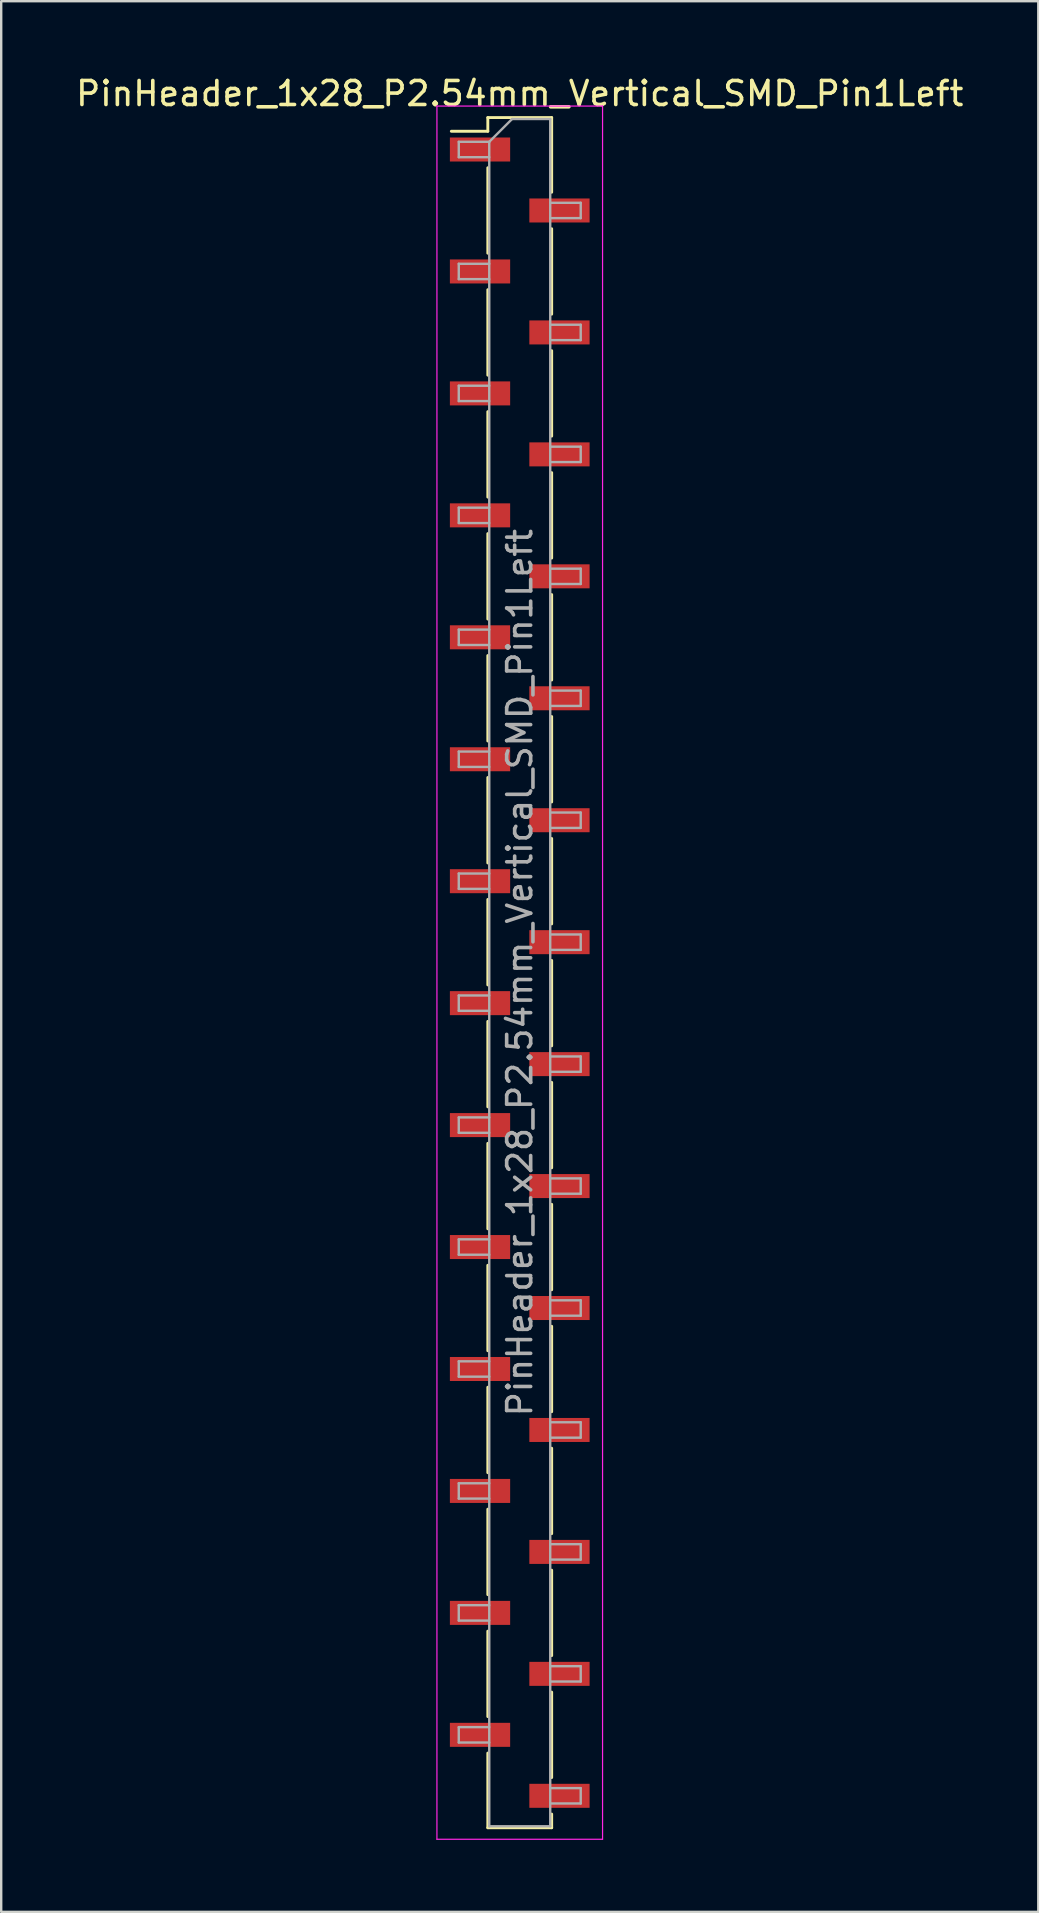
<source format=kicad_pcb>
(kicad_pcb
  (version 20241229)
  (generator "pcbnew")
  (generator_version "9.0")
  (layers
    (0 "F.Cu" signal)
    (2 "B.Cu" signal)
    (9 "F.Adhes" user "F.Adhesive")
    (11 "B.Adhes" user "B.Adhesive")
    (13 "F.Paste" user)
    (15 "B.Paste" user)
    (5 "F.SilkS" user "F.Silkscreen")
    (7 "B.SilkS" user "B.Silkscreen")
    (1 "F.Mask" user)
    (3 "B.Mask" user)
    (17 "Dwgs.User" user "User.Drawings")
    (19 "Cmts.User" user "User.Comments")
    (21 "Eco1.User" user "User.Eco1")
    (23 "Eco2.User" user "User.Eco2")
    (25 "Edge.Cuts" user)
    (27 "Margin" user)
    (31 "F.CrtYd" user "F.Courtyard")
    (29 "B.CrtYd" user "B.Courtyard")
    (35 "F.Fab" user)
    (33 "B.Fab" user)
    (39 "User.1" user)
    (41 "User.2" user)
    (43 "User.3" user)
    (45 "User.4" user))
  (footprint "PinHeader_1x28_P2.54mm_Vertical_SMD_Pin1Left"
    (layer "F.Cu")
    (at 18.601 37.468)
    (property "Reference" "PinHeader_1x28_P2.54mm_Vertical_SMD_Pin1Left" (at 0 -36.62 0) (layer "F.SilkS") (effects (font (size 1 1) (thickness 0.15))))
    (attr smd)
    (fp_line (start -1.33 -35.62) (end -1.33 -35.05) (stroke (width 0.12) (type solid)) (layer "F.SilkS"))
    (fp_line (start -1.33 -35.62) (end 1.33 -35.62) (stroke (width 0.12) (type solid)) (layer "F.SilkS"))
    (fp_line (start -1.33 -35.05) (end -2.85 -35.05) (stroke (width 0.12) (type solid)) (layer "F.SilkS"))
    (fp_line (start -1.33 -33.53) (end -1.33 -29.97) (stroke (width 0.12) (type solid)) (layer "F.SilkS"))
    (fp_line (start -1.33 -28.45) (end -1.33 -24.89) (stroke (width 0.12) (type solid)) (layer "F.SilkS"))
    (fp_line (start -1.33 -23.37) (end -1.33 -19.81) (stroke (width 0.12) (type solid)) (layer "F.SilkS"))
    (fp_line (start -1.33 -18.29) (end -1.33 -14.73) (stroke (width 0.12) (type solid)) (layer "F.SilkS"))
    (fp_line (start -1.33 -13.21) (end -1.33 -9.65) (stroke (width 0.12) (type solid)) (layer "F.SilkS"))
    (fp_line (start -1.33 -8.13) (end -1.33 -4.57) (stroke (width 0.12) (type solid)) (layer "F.SilkS"))
    (fp_line (start -1.33 -3.05) (end -1.33 0.51) (stroke (width 0.12) (type solid)) (layer "F.SilkS"))
    (fp_line (start -1.33 2.03) (end -1.33 5.59) (stroke (width 0.12) (type solid)) (layer "F.SilkS"))
    (fp_line (start -1.33 7.11) (end -1.33 10.67) (stroke (width 0.12) (type solid)) (layer "F.SilkS"))
    (fp_line (start -1.33 12.19) (end -1.33 15.75) (stroke (width 0.12) (type solid)) (layer "F.SilkS"))
    (fp_line (start -1.33 17.27) (end -1.33 20.83) (stroke (width 0.12) (type solid)) (layer "F.SilkS"))
    (fp_line (start -1.33 22.35) (end -1.33 25.91) (stroke (width 0.12) (type solid)) (layer "F.SilkS"))
    (fp_line (start -1.33 27.43) (end -1.33 30.99) (stroke (width 0.12) (type solid)) (layer "F.SilkS"))
    (fp_line (start -1.33 32.51) (end -1.33 35.62) (stroke (width 0.12) (type solid)) (layer "F.SilkS"))
    (fp_line (start -1.33 35.62) (end 1.33 35.62) (stroke (width 0.12) (type solid)) (layer "F.SilkS"))
    (fp_line (start 1.33 -35.62) (end 1.33 -32.51) (stroke (width 0.12) (type solid)) (layer "F.SilkS"))
    (fp_line (start 1.33 -30.99) (end 1.33 -27.43) (stroke (width 0.12) (type solid)) (layer "F.SilkS"))
    (fp_line (start 1.33 -25.91) (end 1.33 -22.35) (stroke (width 0.12) (type solid)) (layer "F.SilkS"))
    (fp_line (start 1.33 -20.83) (end 1.33 -17.27) (stroke (width 0.12) (type solid)) (layer "F.SilkS"))
    (fp_line (start 1.33 -15.75) (end 1.33 -12.19) (stroke (width 0.12) (type solid)) (layer "F.SilkS"))
    (fp_line (start 1.33 -10.67) (end 1.33 -7.11) (stroke (width 0.12) (type solid)) (layer "F.SilkS"))
    (fp_line (start 1.33 -5.59) (end 1.33 -2.03) (stroke (width 0.12) (type solid)) (layer "F.SilkS"))
    (fp_line (start 1.33 -0.51) (end 1.33 3.05) (stroke (width 0.12) (type solid)) (layer "F.SilkS"))
    (fp_line (start 1.33 4.57) (end 1.33 8.13) (stroke (width 0.12) (type solid)) (layer "F.SilkS"))
    (fp_line (start 1.33 9.65) (end 1.33 13.21) (stroke (width 0.12) (type solid)) (layer "F.SilkS"))
    (fp_line (start 1.33 14.73) (end 1.33 18.29) (stroke (width 0.12) (type solid)) (layer "F.SilkS"))
    (fp_line (start 1.33 19.81) (end 1.33 23.37) (stroke (width 0.12) (type solid)) (layer "F.SilkS"))
    (fp_line (start 1.33 24.89) (end 1.33 28.45) (stroke (width 0.12) (type solid)) (layer "F.SilkS"))
    (fp_line (start 1.33 29.97) (end 1.33 33.53) (stroke (width 0.12) (type solid)) (layer "F.SilkS"))
    (fp_line (start 1.33 35.05) (end 1.33 35.62) (stroke (width 0.12) (type solid)) (layer "F.SilkS"))
    (fp_line (start -3.45 -36.1) (end -3.45 36.1) (stroke (width 0.05) (type solid)) (layer "F.CrtYd"))
    (fp_line (start -3.45 36.1) (end 3.45 36.1) (stroke (width 0.05) (type solid)) (layer "F.CrtYd"))
    (fp_line (start 3.45 -36.1) (end -3.45 -36.1) (stroke (width 0.05) (type solid)) (layer "F.CrtYd"))
    (fp_line (start 3.45 36.1) (end 3.45 -36.1) (stroke (width 0.05) (type solid)) (layer "F.CrtYd"))
    (fp_line (start -2.54 -34.61) (end -2.54 -33.97) (stroke (width 0.1) (type solid)) (layer "F.Fab"))
    (fp_line (start -2.54 -33.97) (end -1.27 -33.97) (stroke (width 0.1) (type solid)) (layer "F.Fab"))
    (fp_line (start -2.54 -29.53) (end -2.54 -28.89) (stroke (width 0.1) (type solid)) (layer "F.Fab"))
    (fp_line (start -2.54 -28.89) (end -1.27 -28.89) (stroke (width 0.1) (type solid)) (layer "F.Fab"))
    (fp_line (start -2.54 -24.45) (end -2.54 -23.81) (stroke (width 0.1) (type solid)) (layer "F.Fab"))
    (fp_line (start -2.54 -23.81) (end -1.27 -23.81) (stroke (width 0.1) (type solid)) (layer "F.Fab"))
    (fp_line (start -2.54 -19.37) (end -2.54 -18.73) (stroke (width 0.1) (type solid)) (layer "F.Fab"))
    (fp_line (start -2.54 -18.73) (end -1.27 -18.73) (stroke (width 0.1) (type solid)) (layer "F.Fab"))
    (fp_line (start -2.54 -14.29) (end -2.54 -13.65) (stroke (width 0.1) (type solid)) (layer "F.Fab"))
    (fp_line (start -2.54 -13.65) (end -1.27 -13.65) (stroke (width 0.1) (type solid)) (layer "F.Fab"))
    (fp_line (start -2.54 -9.21) (end -2.54 -8.57) (stroke (width 0.1) (type solid)) (layer "F.Fab"))
    (fp_line (start -2.54 -8.57) (end -1.27 -8.57) (stroke (width 0.1) (type solid)) (layer "F.Fab"))
    (fp_line (start -2.54 -4.13) (end -2.54 -3.49) (stroke (width 0.1) (type solid)) (layer "F.Fab"))
    (fp_line (start -2.54 -3.49) (end -1.27 -3.49) (stroke (width 0.1) (type solid)) (layer "F.Fab"))
    (fp_line (start -2.54 0.95) (end -2.54 1.59) (stroke (width 0.1) (type solid)) (layer "F.Fab"))
    (fp_line (start -2.54 1.59) (end -1.27 1.59) (stroke (width 0.1) (type solid)) (layer "F.Fab"))
    (fp_line (start -2.54 6.03) (end -2.54 6.67) (stroke (width 0.1) (type solid)) (layer "F.Fab"))
    (fp_line (start -2.54 6.67) (end -1.27 6.67) (stroke (width 0.1) (type solid)) (layer "F.Fab"))
    (fp_line (start -2.54 11.11) (end -2.54 11.75) (stroke (width 0.1) (type solid)) (layer "F.Fab"))
    (fp_line (start -2.54 11.75) (end -1.27 11.75) (stroke (width 0.1) (type solid)) (layer "F.Fab"))
    (fp_line (start -2.54 16.19) (end -2.54 16.83) (stroke (width 0.1) (type solid)) (layer "F.Fab"))
    (fp_line (start -2.54 16.83) (end -1.27 16.83) (stroke (width 0.1) (type solid)) (layer "F.Fab"))
    (fp_line (start -2.54 21.27) (end -2.54 21.91) (stroke (width 0.1) (type solid)) (layer "F.Fab"))
    (fp_line (start -2.54 21.91) (end -1.27 21.91) (stroke (width 0.1) (type solid)) (layer "F.Fab"))
    (fp_line (start -2.54 26.35) (end -2.54 26.99) (stroke (width 0.1) (type solid)) (layer "F.Fab"))
    (fp_line (start -2.54 26.99) (end -1.27 26.99) (stroke (width 0.1) (type solid)) (layer "F.Fab"))
    (fp_line (start -2.54 31.43) (end -2.54 32.07) (stroke (width 0.1) (type solid)) (layer "F.Fab"))
    (fp_line (start -2.54 32.07) (end -1.27 32.07) (stroke (width 0.1) (type solid)) (layer "F.Fab"))
    (fp_line (start -1.27 -34.61) (end -2.54 -34.61) (stroke (width 0.1) (type solid)) (layer "F.Fab"))
    (fp_line (start -1.27 -34.61) (end -0.32 -35.56) (stroke (width 0.1) (type solid)) (layer "F.Fab"))
    (fp_line (start -1.27 -29.53) (end -2.54 -29.53) (stroke (width 0.1) (type solid)) (layer "F.Fab"))
    (fp_line (start -1.27 -24.45) (end -2.54 -24.45) (stroke (width 0.1) (type solid)) (layer "F.Fab"))
    (fp_line (start -1.27 -19.37) (end -2.54 -19.37) (stroke (width 0.1) (type solid)) (layer "F.Fab"))
    (fp_line (start -1.27 -14.29) (end -2.54 -14.29) (stroke (width 0.1) (type solid)) (layer "F.Fab"))
    (fp_line (start -1.27 -9.21) (end -2.54 -9.21) (stroke (width 0.1) (type solid)) (layer "F.Fab"))
    (fp_line (start -1.27 -4.13) (end -2.54 -4.13) (stroke (width 0.1) (type solid)) (layer "F.Fab"))
    (fp_line (start -1.27 0.95) (end -2.54 0.95) (stroke (width 0.1) (type solid)) (layer "F.Fab"))
    (fp_line (start -1.27 6.03) (end -2.54 6.03) (stroke (width 0.1) (type solid)) (layer "F.Fab"))
    (fp_line (start -1.27 11.11) (end -2.54 11.11) (stroke (width 0.1) (type solid)) (layer "F.Fab"))
    (fp_line (start -1.27 16.19) (end -2.54 16.19) (stroke (width 0.1) (type solid)) (layer "F.Fab"))
    (fp_line (start -1.27 21.27) (end -2.54 21.27) (stroke (width 0.1) (type solid)) (layer "F.Fab"))
    (fp_line (start -1.27 26.35) (end -2.54 26.35) (stroke (width 0.1) (type solid)) (layer "F.Fab"))
    (fp_line (start -1.27 31.43) (end -2.54 31.43) (stroke (width 0.1) (type solid)) (layer "F.Fab"))
    (fp_line (start -1.27 35.56) (end -1.27 -34.61) (stroke (width 0.1) (type solid)) (layer "F.Fab"))
    (fp_line (start -0.32 -35.56) (end 1.27 -35.56) (stroke (width 0.1) (type solid)) (layer "F.Fab"))
    (fp_line (start 1.27 -35.56) (end 1.27 35.56) (stroke (width 0.1) (type solid)) (layer "F.Fab"))
    (fp_line (start 1.27 -32.07) (end 2.54 -32.07) (stroke (width 0.1) (type solid)) (layer "F.Fab"))
    (fp_line (start 1.27 -26.99) (end 2.54 -26.99) (stroke (width 0.1) (type solid)) (layer "F.Fab"))
    (fp_line (start 1.27 -21.91) (end 2.54 -21.91) (stroke (width 0.1) (type solid)) (layer "F.Fab"))
    (fp_line (start 1.27 -16.83) (end 2.54 -16.83) (stroke (width 0.1) (type solid)) (layer "F.Fab"))
    (fp_line (start 1.27 -11.75) (end 2.54 -11.75) (stroke (width 0.1) (type solid)) (layer "F.Fab"))
    (fp_line (start 1.27 -6.67) (end 2.54 -6.67) (stroke (width 0.1) (type solid)) (layer "F.Fab"))
    (fp_line (start 1.27 -1.59) (end 2.54 -1.59) (stroke (width 0.1) (type solid)) (layer "F.Fab"))
    (fp_line (start 1.27 3.49) (end 2.54 3.49) (stroke (width 0.1) (type solid)) (layer "F.Fab"))
    (fp_line (start 1.27 8.57) (end 2.54 8.57) (stroke (width 0.1) (type solid)) (layer "F.Fab"))
    (fp_line (start 1.27 13.65) (end 2.54 13.65) (stroke (width 0.1) (type solid)) (layer "F.Fab"))
    (fp_line (start 1.27 18.73) (end 2.54 18.73) (stroke (width 0.1) (type solid)) (layer "F.Fab"))
    (fp_line (start 1.27 23.81) (end 2.54 23.81) (stroke (width 0.1) (type solid)) (layer "F.Fab"))
    (fp_line (start 1.27 28.89) (end 2.54 28.89) (stroke (width 0.1) (type solid)) (layer "F.Fab"))
    (fp_line (start 1.27 33.97) (end 2.54 33.97) (stroke (width 0.1) (type solid)) (layer "F.Fab"))
    (fp_line (start 1.27 35.56) (end -1.27 35.56) (stroke (width 0.1) (type solid)) (layer "F.Fab"))
    (fp_line (start 2.54 -32.07) (end 2.54 -31.43) (stroke (width 0.1) (type solid)) (layer "F.Fab"))
    (fp_line (start 2.54 -31.43) (end 1.27 -31.43) (stroke (width 0.1) (type solid)) (layer "F.Fab"))
    (fp_line (start 2.54 -26.99) (end 2.54 -26.35) (stroke (width 0.1) (type solid)) (layer "F.Fab"))
    (fp_line (start 2.54 -26.35) (end 1.27 -26.35) (stroke (width 0.1) (type solid)) (layer "F.Fab"))
    (fp_line (start 2.54 -21.91) (end 2.54 -21.27) (stroke (width 0.1) (type solid)) (layer "F.Fab"))
    (fp_line (start 2.54 -21.27) (end 1.27 -21.27) (stroke (width 0.1) (type solid)) (layer "F.Fab"))
    (fp_line (start 2.54 -16.83) (end 2.54 -16.19) (stroke (width 0.1) (type solid)) (layer "F.Fab"))
    (fp_line (start 2.54 -16.19) (end 1.27 -16.19) (stroke (width 0.1) (type solid)) (layer "F.Fab"))
    (fp_line (start 2.54 -11.75) (end 2.54 -11.11) (stroke (width 0.1) (type solid)) (layer "F.Fab"))
    (fp_line (start 2.54 -11.11) (end 1.27 -11.11) (stroke (width 0.1) (type solid)) (layer "F.Fab"))
    (fp_line (start 2.54 -6.67) (end 2.54 -6.03) (stroke (width 0.1) (type solid)) (layer "F.Fab"))
    (fp_line (start 2.54 -6.03) (end 1.27 -6.03) (stroke (width 0.1) (type solid)) (layer "F.Fab"))
    (fp_line (start 2.54 -1.59) (end 2.54 -0.95) (stroke (width 0.1) (type solid)) (layer "F.Fab"))
    (fp_line (start 2.54 -0.95) (end 1.27 -0.95) (stroke (width 0.1) (type solid)) (layer "F.Fab"))
    (fp_line (start 2.54 3.49) (end 2.54 4.13) (stroke (width 0.1) (type solid)) (layer "F.Fab"))
    (fp_line (start 2.54 4.13) (end 1.27 4.13) (stroke (width 0.1) (type solid)) (layer "F.Fab"))
    (fp_line (start 2.54 8.57) (end 2.54 9.21) (stroke (width 0.1) (type solid)) (layer "F.Fab"))
    (fp_line (start 2.54 9.21) (end 1.27 9.21) (stroke (width 0.1) (type solid)) (layer "F.Fab"))
    (fp_line (start 2.54 13.65) (end 2.54 14.29) (stroke (width 0.1) (type solid)) (layer "F.Fab"))
    (fp_line (start 2.54 14.29) (end 1.27 14.29) (stroke (width 0.1) (type solid)) (layer "F.Fab"))
    (fp_line (start 2.54 18.73) (end 2.54 19.37) (stroke (width 0.1) (type solid)) (layer "F.Fab"))
    (fp_line (start 2.54 19.37) (end 1.27 19.37) (stroke (width 0.1) (type solid)) (layer "F.Fab"))
    (fp_line (start 2.54 23.81) (end 2.54 24.45) (stroke (width 0.1) (type solid)) (layer "F.Fab"))
    (fp_line (start 2.54 24.45) (end 1.27 24.45) (stroke (width 0.1) (type solid)) (layer "F.Fab"))
    (fp_line (start 2.54 28.89) (end 2.54 29.53) (stroke (width 0.1) (type solid)) (layer "F.Fab"))
    (fp_line (start 2.54 29.53) (end 1.27 29.53) (stroke (width 0.1) (type solid)) (layer "F.Fab"))
    (fp_line (start 2.54 33.97) (end 2.54 34.61) (stroke (width 0.1) (type solid)) (layer "F.Fab"))
    (fp_line (start 2.54 34.61) (end 1.27 34.61) (stroke (width 0.1) (type solid)) (layer "F.Fab"))
    (fp_text user "${REFERENCE}" (at 0 0 90) (layer "F.Fab") (effects (font (size 1 1) (thickness 0.15))))
    (pad "1" smd rect (at -1.655 -34.29) (size 2.51 1) (layers "F.Cu" "F.Mask" "F.Paste"))
    (pad "2" smd rect (at 1.655 -31.75) (size 2.51 1) (layers "F.Cu" "F.Mask" "F.Paste"))
    (pad "3" smd rect (at -1.655 -29.21) (size 2.51 1) (layers "F.Cu" "F.Mask" "F.Paste"))
    (pad "4" smd rect (at 1.655 -26.67) (size 2.51 1) (layers "F.Cu" "F.Mask" "F.Paste"))
    (pad "5" smd rect (at -1.655 -24.13) (size 2.51 1) (layers "F.Cu" "F.Mask" "F.Paste"))
    (pad "6" smd rect (at 1.655 -21.59) (size 2.51 1) (layers "F.Cu" "F.Mask" "F.Paste"))
    (pad "7" smd rect (at -1.655 -19.05) (size 2.51 1) (layers "F.Cu" "F.Mask" "F.Paste"))
    (pad "8" smd rect (at 1.655 -16.51) (size 2.51 1) (layers "F.Cu" "F.Mask" "F.Paste"))
    (pad "9" smd rect (at -1.655 -13.97) (size 2.51 1) (layers "F.Cu" "F.Mask" "F.Paste"))
    (pad "10" smd rect (at 1.655 -11.43) (size 2.51 1) (layers "F.Cu" "F.Mask" "F.Paste"))
    (pad "11" smd rect (at -1.655 -8.89) (size 2.51 1) (layers "F.Cu" "F.Mask" "F.Paste"))
    (pad "12" smd rect (at 1.655 -6.35) (size 2.51 1) (layers "F.Cu" "F.Mask" "F.Paste"))
    (pad "13" smd rect (at -1.655 -3.81) (size 2.51 1) (layers "F.Cu" "F.Mask" "F.Paste"))
    (pad "14" smd rect (at 1.655 -1.27) (size 2.51 1) (layers "F.Cu" "F.Mask" "F.Paste"))
    (pad "15" smd rect (at -1.655 1.27) (size 2.51 1) (layers "F.Cu" "F.Mask" "F.Paste"))
    (pad "16" smd rect (at 1.655 3.81) (size 2.51 1) (layers "F.Cu" "F.Mask" "F.Paste"))
    (pad "17" smd rect (at -1.655 6.35) (size 2.51 1) (layers "F.Cu" "F.Mask" "F.Paste"))
    (pad "18" smd rect (at 1.655 8.89) (size 2.51 1) (layers "F.Cu" "F.Mask" "F.Paste"))
    (pad "19" smd rect (at -1.655 11.43) (size 2.51 1) (layers "F.Cu" "F.Mask" "F.Paste"))
    (pad "20" smd rect (at 1.655 13.97) (size 2.51 1) (layers "F.Cu" "F.Mask" "F.Paste"))
    (pad "21" smd rect (at -1.655 16.51) (size 2.51 1) (layers "F.Cu" "F.Mask" "F.Paste"))
    (pad "22" smd rect (at 1.655 19.05) (size 2.51 1) (layers "F.Cu" "F.Mask" "F.Paste"))
    (pad "23" smd rect (at -1.655 21.59) (size 2.51 1) (layers "F.Cu" "F.Mask" "F.Paste"))
    (pad "24" smd rect (at 1.655 24.13) (size 2.51 1) (layers "F.Cu" "F.Mask" "F.Paste"))
    (pad "25" smd rect (at -1.655 26.67) (size 2.51 1) (layers "F.Cu" "F.Mask" "F.Paste"))
    (pad "26" smd rect (at 1.655 29.21) (size 2.51 1) (layers "F.Cu" "F.Mask" "F.Paste"))
    (pad "27" smd rect (at -1.655 31.75) (size 2.51 1) (layers "F.Cu" "F.Mask" "F.Paste"))
    (pad "28" smd rect (at 1.655 34.29) (size 2.51 1) (layers "F.Cu" "F.Mask" "F.Paste")))
  (gr_rect
    (start -3 -3)
    (end 40.202 76.593)
    (stroke (width 0.1) (type default))
    (fill no)
    (layer "Edge.Cuts")))
</source>
